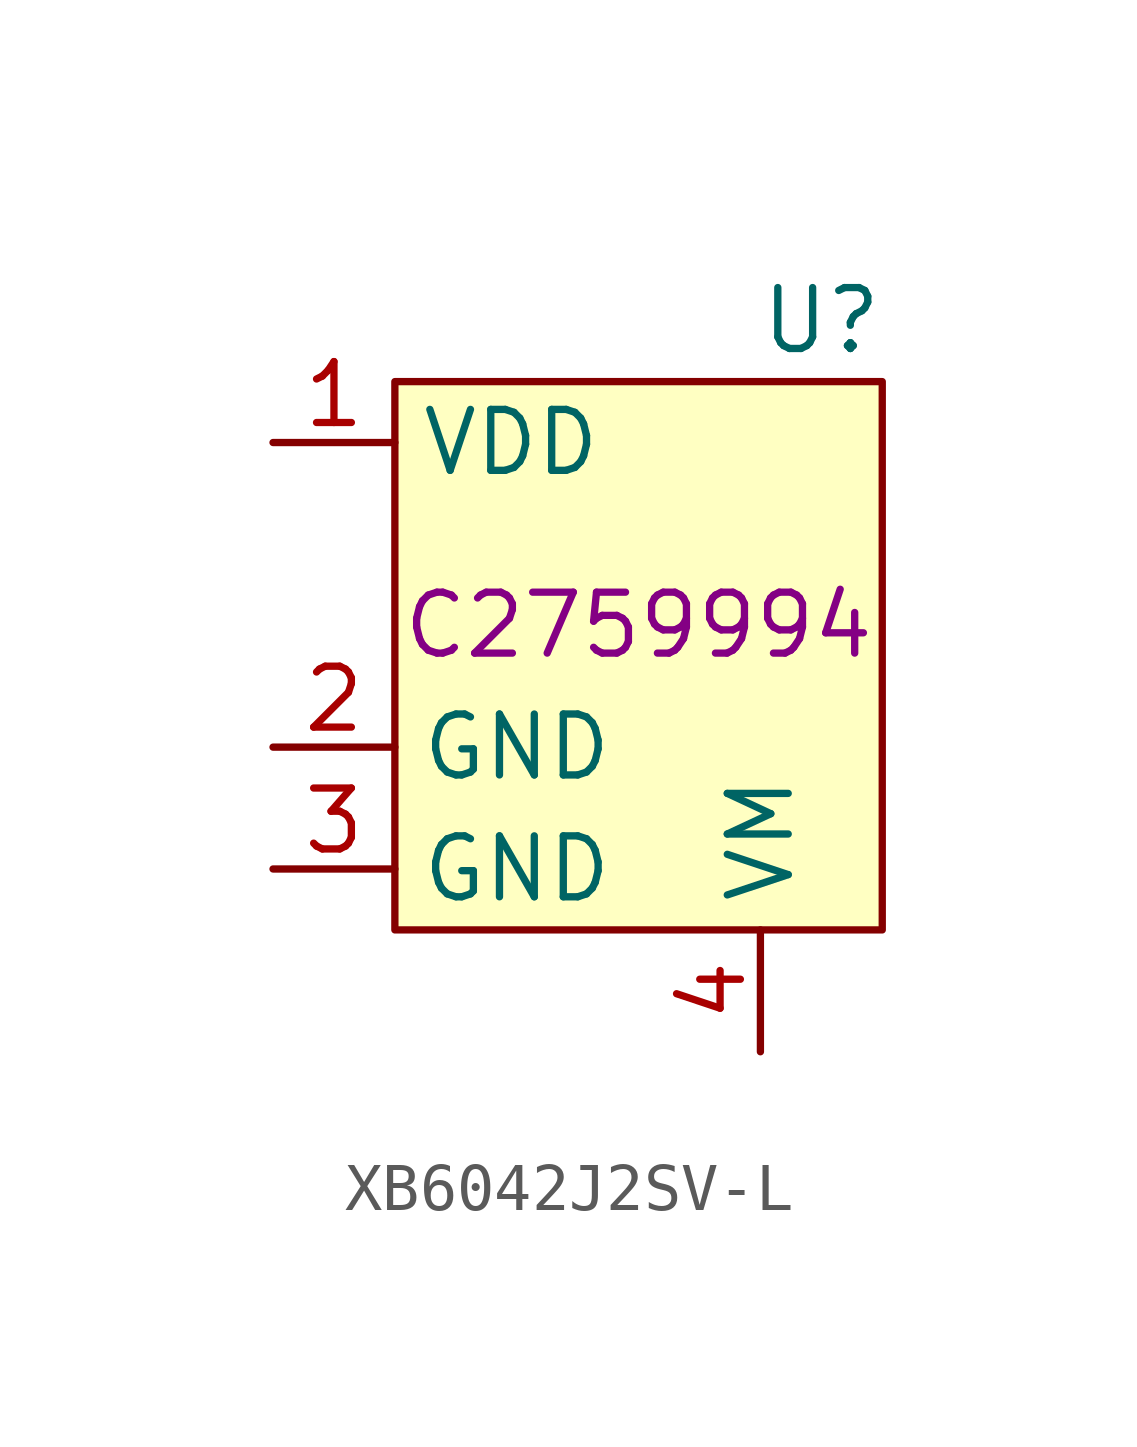
<source format=kicad_sym>
(kicad_symbol_lib
  (version 20220914)
  (generator kicad_symbol_editor)
  (symbol "XB6042J2SV-L"
    (property "Reference" "U"
      (at 3.81 6.35 0)
      (effects (font (size 1.27 1.27))))
    (property "Value" ""
      (at 3.81 -6.35 0)
      (effects (font (size 1.27 1.27))))
    (property "LCSC" "C2759994"
      (at 0 0 0)
      (effects (font (size 1.27 1.27))))
    (symbol "XB6042J2SV-L_0_1"
      (rectangle (start -5.08 5.08) (end 5.08 -6.35) (stroke (width 0) (type default)) (fill (type background))))
    (symbol "XB6042J2SV-L_1_1"
      (pin power_in line (at -7.62 3.81 0) (length 2.54) (name "VDD" (effects (font (size 1.27 1.27)))) (number "1" (effects (font (size 1.27 1.27)))))
      (pin power_in line (at -7.62 -2.54 0) (length 2.54) (name "GND" (effects (font (size 1.27 1.27)))) (number "2" (effects (font (size 1.27 1.27)))))
      (pin power_in line (at -7.62 -5.08 0) (length 2.54) (name "GND" (effects (font (size 1.27 1.27)))) (number "3" (effects (font (size 1.27 1.27)))))
      (pin power_in line (at 2.54 -8.89 90) (length 2.54) (name "VM" (effects (font (size 1.27 1.27)))) (number "4" (effects (font (size 1.27 1.27))))))))
</source>
